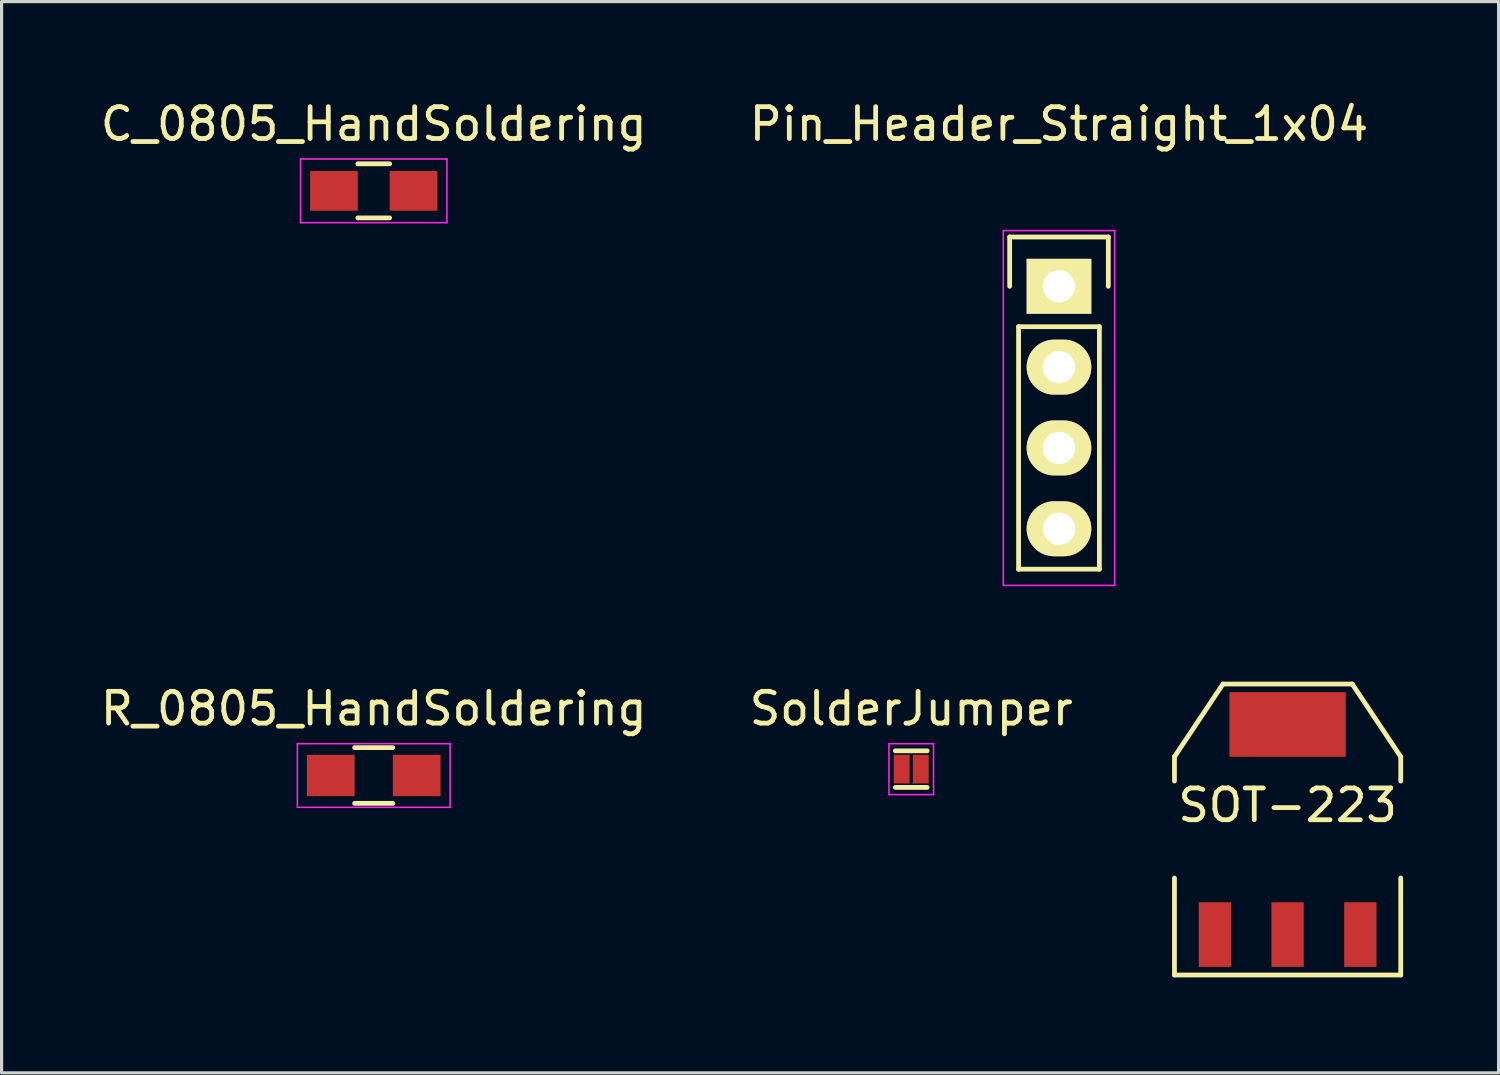
<source format=kicad_pcb>
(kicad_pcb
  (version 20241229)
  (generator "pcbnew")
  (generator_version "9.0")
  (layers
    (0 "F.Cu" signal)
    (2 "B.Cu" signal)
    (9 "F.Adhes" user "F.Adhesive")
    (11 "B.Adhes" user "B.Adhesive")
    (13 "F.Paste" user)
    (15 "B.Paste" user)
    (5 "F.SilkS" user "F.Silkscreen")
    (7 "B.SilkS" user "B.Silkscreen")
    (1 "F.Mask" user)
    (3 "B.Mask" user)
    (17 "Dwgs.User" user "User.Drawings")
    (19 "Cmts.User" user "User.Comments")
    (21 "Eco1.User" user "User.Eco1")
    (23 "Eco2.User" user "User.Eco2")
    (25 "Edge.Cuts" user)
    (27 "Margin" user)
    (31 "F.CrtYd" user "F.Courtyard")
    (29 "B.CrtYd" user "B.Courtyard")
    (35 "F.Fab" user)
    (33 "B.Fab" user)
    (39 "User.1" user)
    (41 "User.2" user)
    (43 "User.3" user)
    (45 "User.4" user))
  (footprint "SOT-223"
    (layer "F.Cu")
    (at 37.417 23.02)
    (property "Reference" "SOT-223" (at 0 -0.762 0) (layer "F.SilkS") (effects (font (size 1 1) (thickness 0.15))))
    (attr smd)
    (fp_line (start -3.556 -2.286) (end -2.032 -4.572) (stroke (width 0.15) (type solid)) (layer "F.SilkS"))
    (fp_line (start -3.556 -1.524) (end -3.556 -2.286) (stroke (width 0.15) (type solid)) (layer "F.SilkS"))
    (fp_line (start -3.556 1.524) (end -3.556 4.572) (stroke (width 0.15) (type solid)) (layer "F.SilkS"))
    (fp_line (start -3.556 4.572) (end 3.556 4.572) (stroke (width 0.15) (type solid)) (layer "F.SilkS"))
    (fp_line (start -2.032 -4.572) (end 2.032 -4.572) (stroke (width 0.15) (type solid)) (layer "F.SilkS"))
    (fp_line (start 2.032 -4.572) (end 3.556 -2.286) (stroke (width 0.15) (type solid)) (layer "F.SilkS"))
    (fp_line (start 3.556 -2.286) (end 3.556 -1.524) (stroke (width 0.15) (type solid)) (layer "F.SilkS"))
    (fp_line (start 3.556 4.572) (end 3.556 1.524) (stroke (width 0.15) (type solid)) (layer "F.SilkS"))
    (pad "1" smd rect (at -2.286 3.302) (size 1.016 2.032) (layers "F.Cu" "F.Mask" "F.Paste"))
    (pad "2" smd rect (at 0 3.302) (size 1.016 2.032) (layers "F.Cu" "F.Mask" "F.Paste"))
    (pad "3" smd rect (at 2.286 3.302) (size 1.016 2.032) (layers "F.Cu" "F.Mask" "F.Paste"))
    (pad "4" smd rect (at 0 -3.302) (size 3.658 2.032) (layers "F.Cu" "F.Mask" "F.Paste")))
  (footprint "R_0805_HandSoldering"
    (layer "F.Cu")
    (at 8.696 21.322)
    (property "Reference" "R_0805_HandSoldering" (at 0 -2.1 0) (layer "F.SilkS") (effects (font (size 1 1) (thickness 0.15))))
    (attr smd)
    (fp_line (start -0.6 -0.875) (end 0.6 -0.875) (stroke (width 0.15) (type solid)) (layer "F.SilkS"))
    (fp_line (start 0.6 0.875) (end -0.6 0.875) (stroke (width 0.15) (type solid)) (layer "F.SilkS"))
    (fp_line (start -2.4 -1) (end -2.4 1) (stroke (width 0.05) (type solid)) (layer "F.CrtYd"))
    (fp_line (start -2.4 -1) (end 2.4 -1) (stroke (width 0.05) (type solid)) (layer "F.CrtYd"))
    (fp_line (start -2.4 1) (end 2.4 1) (stroke (width 0.05) (type solid)) (layer "F.CrtYd"))
    (fp_line (start 2.4 -1) (end 2.4 1) (stroke (width 0.05) (type solid)) (layer "F.CrtYd"))
    (pad "1" smd rect (at -1.35 0) (size 1.5 1.3) (layers "F.Cu" "F.Mask" "F.Paste"))
    (pad "2" smd rect (at 1.35 0) (size 1.5 1.3) (layers "F.Cu" "F.Mask" "F.Paste")))
  (footprint "C_0805_HandSoldering"
    (layer "F.Cu")
    (at 8.696 2.948)
    (property "Reference" "C_0805_HandSoldering" (at 0 -2.1 0) (layer "F.SilkS") (effects (font (size 1 1) (thickness 0.15))))
    (attr smd)
    (fp_line (start -0.5 0.85) (end 0.5 0.85) (stroke (width 0.15) (type solid)) (layer "F.SilkS"))
    (fp_line (start 0.5 -0.85) (end -0.5 -0.85) (stroke (width 0.15) (type solid)) (layer "F.SilkS"))
    (fp_line (start -2.3 -1) (end -2.3 1) (stroke (width 0.05) (type solid)) (layer "F.CrtYd"))
    (fp_line (start -2.3 -1) (end 2.3 -1) (stroke (width 0.05) (type solid)) (layer "F.CrtYd"))
    (fp_line (start -2.3 1) (end 2.3 1) (stroke (width 0.05) (type solid)) (layer "F.CrtYd"))
    (fp_line (start 2.3 -1) (end 2.3 1) (stroke (width 0.05) (type solid)) (layer "F.CrtYd"))
    (pad "1" smd rect (at -1.25 0) (size 1.5 1.25) (layers "F.Cu" "F.Mask" "F.Paste"))
    (pad "2" smd rect (at 1.25 0) (size 1.5 1.25) (layers "F.Cu" "F.Mask" "F.Paste")))
  (footprint "Pin_Header_Straight_1x04"
    (layer "F.Cu")
    (at 30.232 5.948)
    (property "Reference" "Pin_Header_Straight_1x04" (at 0 -5.1 0) (layer "F.SilkS") (effects (font (size 1 1) (thickness 0.15))))
    (attr through_hole)
    (fp_line (start -1.55 -1.55) (end 1.55 -1.55) (stroke (width 0.15) (type solid)) (layer "F.SilkS"))
    (fp_line (start -1.55 0) (end -1.55 -1.55) (stroke (width 0.15) (type solid)) (layer "F.SilkS"))
    (fp_line (start -1.27 1.27) (end -1.27 8.89) (stroke (width 0.15) (type solid)) (layer "F.SilkS"))
    (fp_line (start -1.27 8.89) (end 1.27 8.89) (stroke (width 0.15) (type solid)) (layer "F.SilkS"))
    (fp_line (start 1.27 1.27) (end -1.27 1.27) (stroke (width 0.15) (type solid)) (layer "F.SilkS"))
    (fp_line (start 1.27 1.27) (end 1.27 8.89) (stroke (width 0.15) (type solid)) (layer "F.SilkS"))
    (fp_line (start 1.55 -1.55) (end 1.55 0) (stroke (width 0.15) (type solid)) (layer "F.SilkS"))
    (fp_line (start -1.75 -1.75) (end -1.75 9.4) (stroke (width 0.05) (type solid)) (layer "F.CrtYd"))
    (fp_line (start -1.75 -1.75) (end 1.75 -1.75) (stroke (width 0.05) (type solid)) (layer "F.CrtYd"))
    (fp_line (start -1.75 9.4) (end 1.75 9.4) (stroke (width 0.05) (type solid)) (layer "F.CrtYd"))
    (fp_line (start 1.75 -1.75) (end 1.75 9.4) (stroke (width 0.05) (type solid)) (layer "F.CrtYd"))
    (pad "1" thru_hole rect (at 0 0) (size 2.032 1.727) (drill 1.016) (layers "*.Cu" "*.Mask" "F.SilkS"))
    (pad "2" thru_hole oval (at 0 2.54) (size 2.032 1.727) (drill 1.016) (layers "*.Cu" "*.Mask" "F.SilkS"))
    (pad "3" thru_hole oval (at 0 5.08) (size 2.032 1.727) (drill 1.016) (layers "*.Cu" "*.Mask" "F.SilkS"))
    (pad "4" thru_hole oval (at 0 7.62) (size 2.032 1.727) (drill 1.016) (layers "*.Cu" "*.Mask" "F.SilkS")))
  (footprint "SolderJumper"
    (layer "F.Cu")
    (at 25.589 21.122)
    (property "Reference" "SolderJumper" (at 0 -1.9 0) (layer "F.SilkS") (effects (font (size 1 1) (thickness 0.15))))
    (attr smd)
    (fp_line (start -0.5 -0.575) (end 0.5 -0.575) (stroke (width 0.15) (type solid)) (layer "F.SilkS"))
    (fp_line (start 0.5 0.575) (end -0.5 0.575) (stroke (width 0.15) (type solid)) (layer "F.SilkS"))
    (fp_line (start -0.7 -0.8) (end -0.7 0.8) (stroke (width 0.05) (type solid)) (layer "F.CrtYd"))
    (fp_line (start -0.7 -0.8) (end 0.7 -0.8) (stroke (width 0.05) (type solid)) (layer "F.CrtYd"))
    (fp_line (start -0.7 0.8) (end 0.7 0.8) (stroke (width 0.05) (type solid)) (layer "F.CrtYd"))
    (fp_line (start 0.7 -0.8) (end 0.7 0.8) (stroke (width 0.05) (type solid)) (layer "F.CrtYd"))
    (pad "1" smd rect (at -0.3 0) (size 0.5 0.9) (layers "F.Cu" "F.Mask" "F.Paste"))
    (pad "2" smd rect (at 0.3 0) (size 0.5 0.9) (layers "F.Cu" "F.Mask" "F.Paste")))
  (gr_rect
    (start -3 -3)
    (end 44.048 30.667)
    (stroke (width 0.1) (type default))
    (fill no)
    (layer "Edge.Cuts")))
</source>
